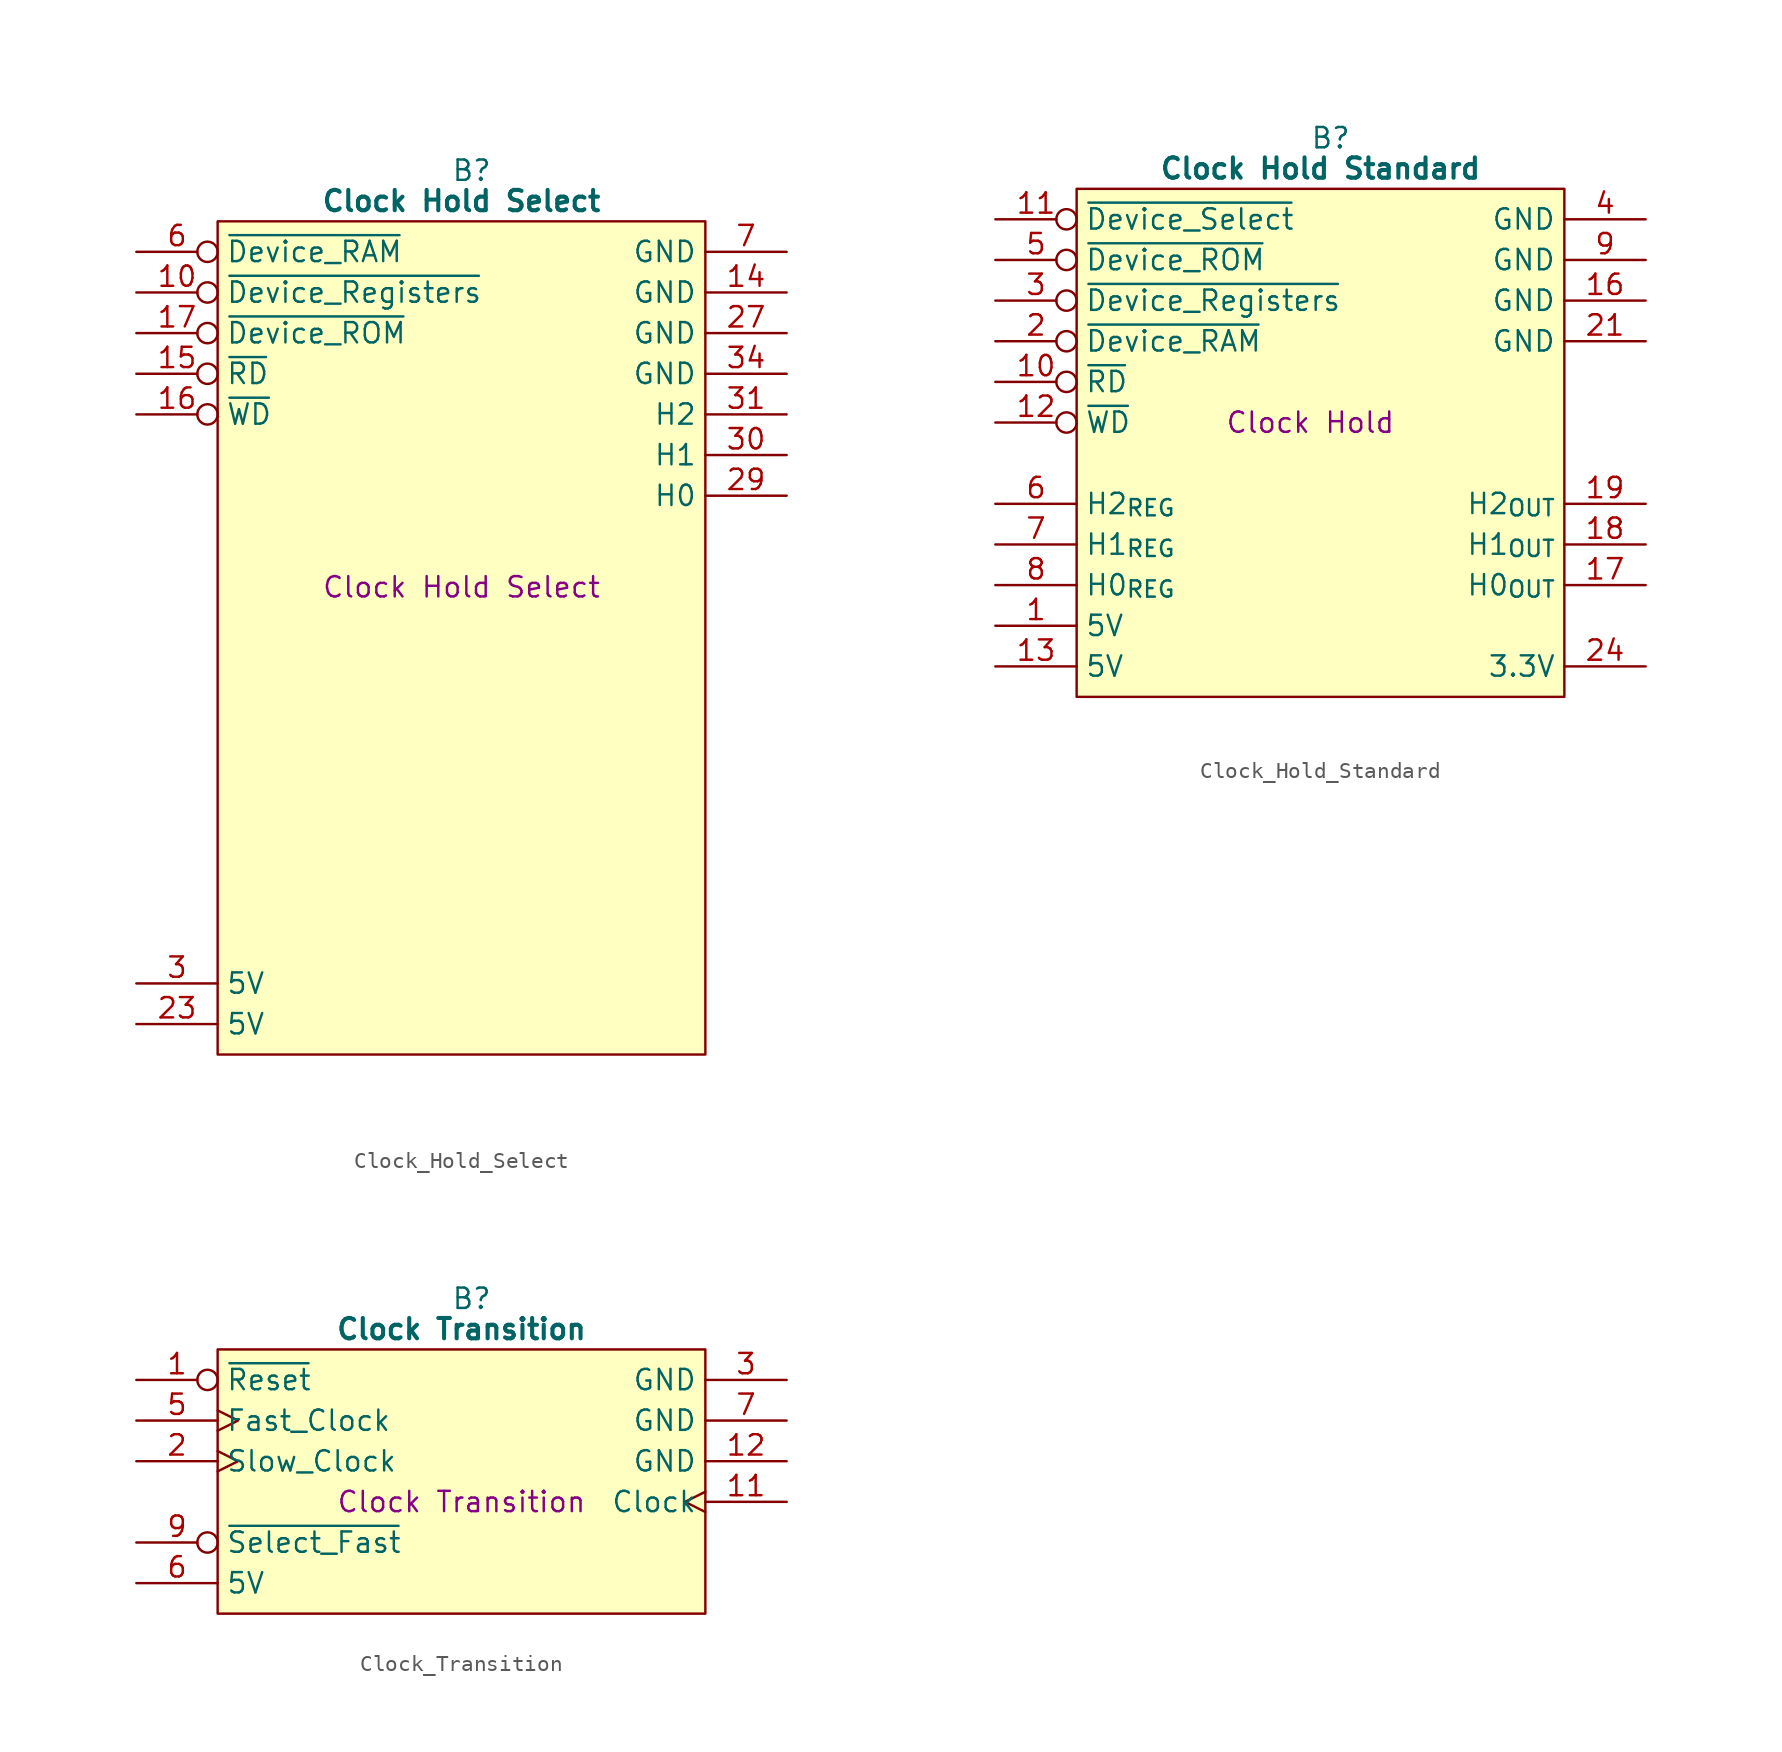
<source format=kicad_sym>
(kicad_symbol_lib
  (version 20241209)
  (generator "kicad_symbol_editor")
  (generator_version "9.0")
  (symbol "Clock_Hold_Select"
    (property "Reference" "B"
      (at 15.875 5.08 0)
      (effects (font (size 1.27 1.27))))
    (property "Value" "Clock Hold Select"
      (at 15.24 3.175 0)
      (effects (font (size 1.27 1.27) (bold yes))))
    (property "Description" "Clock Hold Select"
      (at 15.24 -20.955 0)
      (effects (font (size 1.27 1.27))))
    (symbol "Clock_Hold_Select_0_1"
      (polyline (pts (xy 0 1.905) (xy 30.48 1.905) (xy 30.48 -50.165) (xy 0 -50.165) (xy 0 1.905)) (stroke (width 0.152) (type default)) (fill (type background))))
    (symbol "Clock_Hold_Select_1_0"
      (pin passive line (at 35.56 -7.62 180) (length 5.08) (name "GND" (effects (font (size 1.27 1.27)))) (number "34" (effects (font (size 1.27 1.27)))))
      (pin no_connect line (at 35.56 -30.48 180) (length 5.08) (hide yes) (name "N.C." (effects (font (size 1.27 1.27)))) (number "32" (effects (font (size 1.27 1.27)))))
      (pin no_connect line (at 35.56 -33.02 180) (length 5.08) (hide yes) (name "N.C." (effects (font (size 1.27 1.27)))) (number "33" (effects (font (size 1.27 1.27)))))
      (pin no_connect line (at 35.56 -35.56 180) (length 5.08) (hide yes) (name "N.C." (effects (font (size 1.27 1.27)))) (number "35" (effects (font (size 1.27 1.27)))))
      (pin no_connect inverted (at 35.56 -38.1 180) (length 5.08) (hide yes) (name "N.C." (effects (font (size 1.27 1.27)))) (number "36" (effects (font (size 1.27 1.27)))))
      (pin no_connect line (at 35.56 -40.64 180) (length 5.08) (hide yes) (name "N.C." (effects (font (size 1.27 1.27)))) (number "37" (effects (font (size 1.27 1.27)))))
      (pin no_connect line (at 35.56 -43.18 180) (length 5.08) (hide yes) (name "N.C." (effects (font (size 1.27 1.27)))) (number "38" (effects (font (size 1.27 1.27)))))
      (pin no_connect line (at 35.56 -45.72 180) (length 5.08) (hide yes) (name "N.C." (effects (font (size 1.27 1.27)))) (number "39" (effects (font (size 1.27 1.27))))))
    (symbol "Clock_Hold_Select_1_1"
      (pin input inverted (at -5.08 0 0) (length 5.08) (name "~{Device_RAM}" (effects (font (size 1.27 1.27)))) (number "6" (effects (font (size 1.27 1.27)))))
      (pin input inverted (at -5.08 -2.54 0) (length 5.08) (name "~{Device_Registers}" (effects (font (size 1.27 1.27)))) (number "10" (effects (font (size 1.27 1.27)))))
      (pin input inverted (at -5.08 -5.08 0) (length 5.08) (name "~{Device_ROM}" (effects (font (size 1.27 1.27)))) (number "17" (effects (font (size 1.27 1.27)))))
      (pin input inverted (at -5.08 -7.62 0) (length 5.08) (name "~{RD}" (effects (font (size 1.27 1.27)))) (number "15" (effects (font (size 1.27 1.27)))))
      (pin input inverted (at -5.08 -10.16 0) (length 5.08) (name "~{WD}" (effects (font (size 1.27 1.27)))) (number "16" (effects (font (size 1.27 1.27)))))
      (pin no_connect line (at -5.08 -12.7 0) (length 5.08) (hide yes) (name "N.C." (effects (font (size 1.27 1.27)))) (number "1" (effects (font (size 1.27 1.27)))))
      (pin no_connect line (at -5.08 -15.24 0) (length 5.08) (hide yes) (name "N.C." (effects (font (size 1.27 1.27)))) (number "2" (effects (font (size 1.27 1.27)))))
      (pin no_connect line (at -5.08 -17.78 0) (length 5.08) (hide yes) (name "N.C." (effects (font (size 1.27 1.27)))) (number "4" (effects (font (size 1.27 1.27)))))
      (pin no_connect inverted (at -5.08 -20.32 0) (length 5.08) (hide yes) (name "N.C." (effects (font (size 1.27 1.27)))) (number "5" (effects (font (size 1.27 1.27)))))
      (pin no_connect line (at -5.08 -22.86 0) (length 5.08) (hide yes) (name "N.C." (effects (font (size 1.27 1.27)))) (number "8" (effects (font (size 1.27 1.27)))))
      (pin no_connect line (at -5.08 -25.4 0) (length 5.08) (hide yes) (name "N.C." (effects (font (size 1.27 1.27)))) (number "9" (effects (font (size 1.27 1.27)))))
      (pin no_connect line (at -5.08 -27.94 0) (length 5.08) (hide yes) (name "N.C." (effects (font (size 1.27 1.27)))) (number "11" (effects (font (size 1.27 1.27)))))
      (pin no_connect line (at -5.08 -30.48 0) (length 5.08) (hide yes) (name "N.C." (effects (font (size 1.27 1.27)))) (number "12" (effects (font (size 1.27 1.27)))))
      (pin no_connect line (at -5.08 -33.02 0) (length 5.08) (hide yes) (name "N.C." (effects (font (size 1.27 1.27)))) (number "13" (effects (font (size 1.27 1.27)))))
      (pin no_connect line (at -5.08 -35.56 0) (length 5.08) (hide yes) (name "N.C." (effects (font (size 1.27 1.27)))) (number "18" (effects (font (size 1.27 1.27)))))
      (pin no_connect line (at -5.08 -38.1 0) (length 5.08) (hide yes) (name "N.C." (effects (font (size 1.27 1.27)))) (number "19" (effects (font (size 1.27 1.27)))))
      (pin no_connect line (at -5.08 -40.64 0) (length 5.08) (hide yes) (name "N.C." (effects (font (size 1.27 1.27)))) (number "20" (effects (font (size 1.27 1.27)))))
      (pin no_connect line (at -5.08 -43.18 0) (length 5.08) (hide yes) (name "N.C." (effects (font (size 1.27 1.27)))) (number "21" (effects (font (size 1.27 1.27)))))
      (pin passive line (at -5.08 -45.72 0) (length 5.08) (name "5V" (effects (font (size 1.27 1.27)))) (number "3" (effects (font (size 1.27 1.27)))))
      (pin passive line (at -5.08 -48.26 0) (length 5.08) (name "5V" (effects (font (size 1.27 1.27)))) (number "23" (effects (font (size 1.27 1.27)))))
      (pin passive line (at 35.56 0 180) (length 5.08) (name "GND" (effects (font (size 1.27 1.27)))) (number "7" (effects (font (size 1.27 1.27)))))
      (pin passive line (at 35.56 -2.54 180) (length 5.08) (name "GND" (effects (font (size 1.27 1.27)))) (number "14" (effects (font (size 1.27 1.27)))))
      (pin passive line (at 35.56 -5.08 180) (length 5.08) (name "GND" (effects (font (size 1.27 1.27)))) (number "27" (effects (font (size 1.27 1.27)))))
      (pin output line (at 35.56 -10.16 180) (length 5.08) (name "H2" (effects (font (size 1.27 1.27)))) (number "31" (effects (font (size 1.27 1.27)))))
      (pin output line (at 35.56 -12.7 180) (length 5.08) (name "H1" (effects (font (size 1.27 1.27)))) (number "30" (effects (font (size 1.27 1.27)))))
      (pin output line (at 35.56 -15.24 180) (length 5.08) (name "H0" (effects (font (size 1.27 1.27)))) (number "29" (effects (font (size 1.27 1.27)))))
      (pin no_connect line (at 35.56 -17.78 180) (length 5.08) (hide yes) (name "N.C." (effects (font (size 1.27 1.27)))) (number "22" (effects (font (size 1.27 1.27)))))
      (pin no_connect line (at 35.56 -20.32 180) (length 5.08) (hide yes) (name "N.C." (effects (font (size 1.27 1.27)))) (number "24" (effects (font (size 1.27 1.27)))))
      (pin no_connect line (at 35.56 -22.86 180) (length 5.08) (hide yes) (name "N.C." (effects (font (size 1.27 1.27)))) (number "25" (effects (font (size 1.27 1.27)))))
      (pin no_connect line (at 35.56 -25.4 180) (length 5.08) (hide yes) (name "N.C." (effects (font (size 1.27 1.27)))) (number "26" (effects (font (size 1.27 1.27)))))
      (pin no_connect line (at 35.56 -27.94 180) (length 5.08) (hide yes) (name "N.C." (effects (font (size 1.27 1.27)))) (number "28" (effects (font (size 1.27 1.27)))))
      (pin no_connect line (at 35.56 -48.26 180) (length 5.08) (hide yes) (name "N.C." (effects (font (size 1.27 1.27)))) (number "40" (effects (font (size 1.27 1.27)))))))
  (symbol "Clock_Hold_Standard"
    (property "Reference" "B"
      (at 15.875 5.08 0)
      (effects (font (size 1.27 1.27))))
    (property "Value" "Clock Hold Standard"
      (at 15.24 3.175 0)
      (effects (font (size 1.27 1.27) (bold yes))))
    (property "Description" "Clock Hold"
      (at 14.605 -12.7 0)
      (effects (font (size 1.27 1.27))))
    (symbol "Clock_Hold_Standard_0_1"
      (polyline (pts (xy 0 1.905) (xy 30.48 1.905) (xy 30.48 -29.845) (xy 0 -29.845) (xy 0 1.905)) (stroke (width 0.152) (type default)) (fill (type background))))
    (symbol "Clock_Hold_Standard_1_1"
      (pin input inverted (at -5.08 0 0) (length 5.08) (name "~{Device_Select}" (effects (font (size 1.27 1.27)))) (number "11" (effects (font (size 1.27 1.27)))))
      (pin input inverted (at -5.08 -2.54 0) (length 5.08) (name "~{Device_ROM}" (effects (font (size 1.27 1.27)))) (number "5" (effects (font (size 1.27 1.27)))))
      (pin input inverted (at -5.08 -5.08 0) (length 5.08) (name "~{Device_Registers}" (effects (font (size 1.27 1.27)))) (number "3" (effects (font (size 1.27 1.27)))))
      (pin input inverted (at -5.08 -7.62 0) (length 5.08) (name "~{Device_RAM}" (effects (font (size 1.27 1.27)))) (number "2" (effects (font (size 1.27 1.27)))))
      (pin input inverted (at -5.08 -10.16 0) (length 5.08) (name "~{RD}" (effects (font (size 1.27 1.27)))) (number "10" (effects (font (size 1.27 1.27)))))
      (pin input inverted (at -5.08 -12.7 0) (length 5.08) (name "~{WD}" (effects (font (size 1.27 1.27)))) (number "12" (effects (font (size 1.27 1.27)))))
      (pin no_connect line (at -5.08 -15.24 0) (length 5.08) (hide yes) (name "N.C." (effects (font (size 1.27 1.27)))) (number "14" (effects (font (size 1.27 1.27)))))
      (pin input line (at -5.08 -17.78 0) (length 5.08) (name "H2_{REG}" (effects (font (size 1.27 1.27)))) (number "6" (effects (font (size 1.27 1.27)))))
      (pin input line (at -5.08 -20.32 0) (length 5.08) (name "H1_{REG}" (effects (font (size 1.27 1.27)))) (number "7" (effects (font (size 1.27 1.27)))))
      (pin input line (at -5.08 -22.86 0) (length 5.08) (name "H0_{REG}" (effects (font (size 1.27 1.27)))) (number "8" (effects (font (size 1.27 1.27)))))
      (pin passive line (at -5.08 -25.4 0) (length 5.08) (name "5V" (effects (font (size 1.27 1.27)))) (number "1" (effects (font (size 1.27 1.27)))))
      (pin passive line (at -5.08 -27.94 0) (length 5.08) (name "5V" (effects (font (size 1.27 1.27)))) (number "13" (effects (font (size 1.27 1.27)))))
      (pin passive line (at 35.56 0 180) (length 5.08) (name "GND" (effects (font (size 1.27 1.27)))) (number "4" (effects (font (size 1.27 1.27)))))
      (pin passive line (at 35.56 -2.54 180) (length 5.08) (name "GND" (effects (font (size 1.27 1.27)))) (number "9" (effects (font (size 1.27 1.27)))))
      (pin passive line (at 35.56 -5.08 180) (length 5.08) (name "GND" (effects (font (size 1.27 1.27)))) (number "16" (effects (font (size 1.27 1.27)))))
      (pin passive line (at 35.56 -7.62 180) (length 5.08) (name "GND" (effects (font (size 1.27 1.27)))) (number "21" (effects (font (size 1.27 1.27)))))
      (pin no_connect line (at 35.56 -10.16 180) (length 5.08) (hide yes) (name "N.C." (effects (font (size 1.27 1.27)))) (number "22" (effects (font (size 1.27 1.27)))))
      (pin no_connect line (at 35.56 -12.7 180) (length 5.08) (hide yes) (name "N.C." (effects (font (size 1.27 1.27)))) (number "20" (effects (font (size 1.27 1.27)))))
      (pin no_connect line (at 35.56 -15.24 180) (length 5.08) (hide yes) (name "N.C." (effects (font (size 1.27 1.27)))) (number "23" (effects (font (size 1.27 1.27)))))
      (pin output line (at 35.56 -17.78 180) (length 5.08) (name "H2_{OUT}" (effects (font (size 1.27 1.27)))) (number "19" (effects (font (size 1.27 1.27)))))
      (pin output line (at 35.56 -20.32 180) (length 5.08) (name "H1_{OUT}" (effects (font (size 1.27 1.27)))) (number "18" (effects (font (size 1.27 1.27)))))
      (pin output line (at 35.56 -22.86 180) (length 5.08) (name "H0_{OUT}" (effects (font (size 1.27 1.27)))) (number "17" (effects (font (size 1.27 1.27)))))
      (pin no_connect line (at 35.56 -25.4 180) (length 5.08) (hide yes) (name "N.C." (effects (font (size 1.27 1.27)))) (number "15" (effects (font (size 1.27 1.27)))))
      (pin passive line (at 35.56 -27.94 180) (length 5.08) (name "3.3V" (effects (font (size 1.27 1.27)))) (number "24" (effects (font (size 1.27 1.27)))))))
  (symbol "Clock_Transition"
    (property "Reference" "B"
      (at 15.875 5.08 0)
      (effects (font (size 1.27 1.27))))
    (property "Value" "Clock Transition"
      (at 15.24 3.175 0)
      (effects (font (size 1.27 1.27) (bold yes))))
    (property "Description" "Clock Transition"
      (at 15.24 -7.62 0)
      (effects (font (size 1.27 1.27))))
    (symbol "Clock_Transition_0_1"
      (polyline (pts (xy 0 1.905) (xy 30.48 1.905) (xy 30.48 -14.605) (xy 0 -14.605) (xy 0 1.905)) (stroke (width 0.152) (type default)) (fill (type background))))
    (symbol "Clock_Transition_1_1"
      (pin input inverted (at -5.08 0 0) (length 5.08) (name "~{Reset}" (effects (font (size 1.27 1.27)))) (number "1" (effects (font (size 1.27 1.27)))))
      (pin input clock (at -5.08 -2.54 0) (length 5.08) (name "Fast_Clock" (effects (font (size 1.27 1.27)))) (number "5" (effects (font (size 1.27 1.27)))))
      (pin input clock (at -5.08 -5.08 0) (length 5.08) (name "Slow_Clock" (effects (font (size 1.27 1.27)))) (number "2" (effects (font (size 1.27 1.27)))))
      (pin no_connect line (at -5.08 -7.62 0) (length 5.08) (hide yes) (name "N.C." (effects (font (size 1.27 1.27)))) (number "4" (effects (font (size 1.27 1.27)))))
      (pin input inverted (at -5.08 -10.16 0) (length 5.08) (name "~{Select_Fast}" (effects (font (size 1.27 1.27)))) (number "9" (effects (font (size 1.27 1.27)))))
      (pin passive line (at -5.08 -12.7 0) (length 5.08) (name "5V" (effects (font (size 1.27 1.27)))) (number "6" (effects (font (size 1.27 1.27)))))
      (pin passive line (at 35.56 0 180) (length 5.08) (name "GND" (effects (font (size 1.27 1.27)))) (number "3" (effects (font (size 1.27 1.27)))))
      (pin passive line (at 35.56 -2.54 180) (length 5.08) (name "GND" (effects (font (size 1.27 1.27)))) (number "7" (effects (font (size 1.27 1.27)))))
      (pin passive line (at 35.56 -5.08 180) (length 5.08) (name "GND" (effects (font (size 1.27 1.27)))) (number "12" (effects (font (size 1.27 1.27)))))
      (pin output clock (at 35.56 -7.62 180) (length 5.08) (name "Clock" (effects (font (size 1.27 1.27)))) (number "11" (effects (font (size 1.27 1.27)))))
      (pin no_connect line (at 35.56 -10.16 180) (length 5.08) (hide yes) (name "N.C." (effects (font (size 1.27 1.27)))) (number "8" (effects (font (size 1.27 1.27)))))
      (pin no_connect line (at 35.56 -12.7 180) (length 5.08) (hide yes) (name "N.C." (effects (font (size 1.27 1.27)))) (number "10" (effects (font (size 1.27 1.27))))))))
</source>
